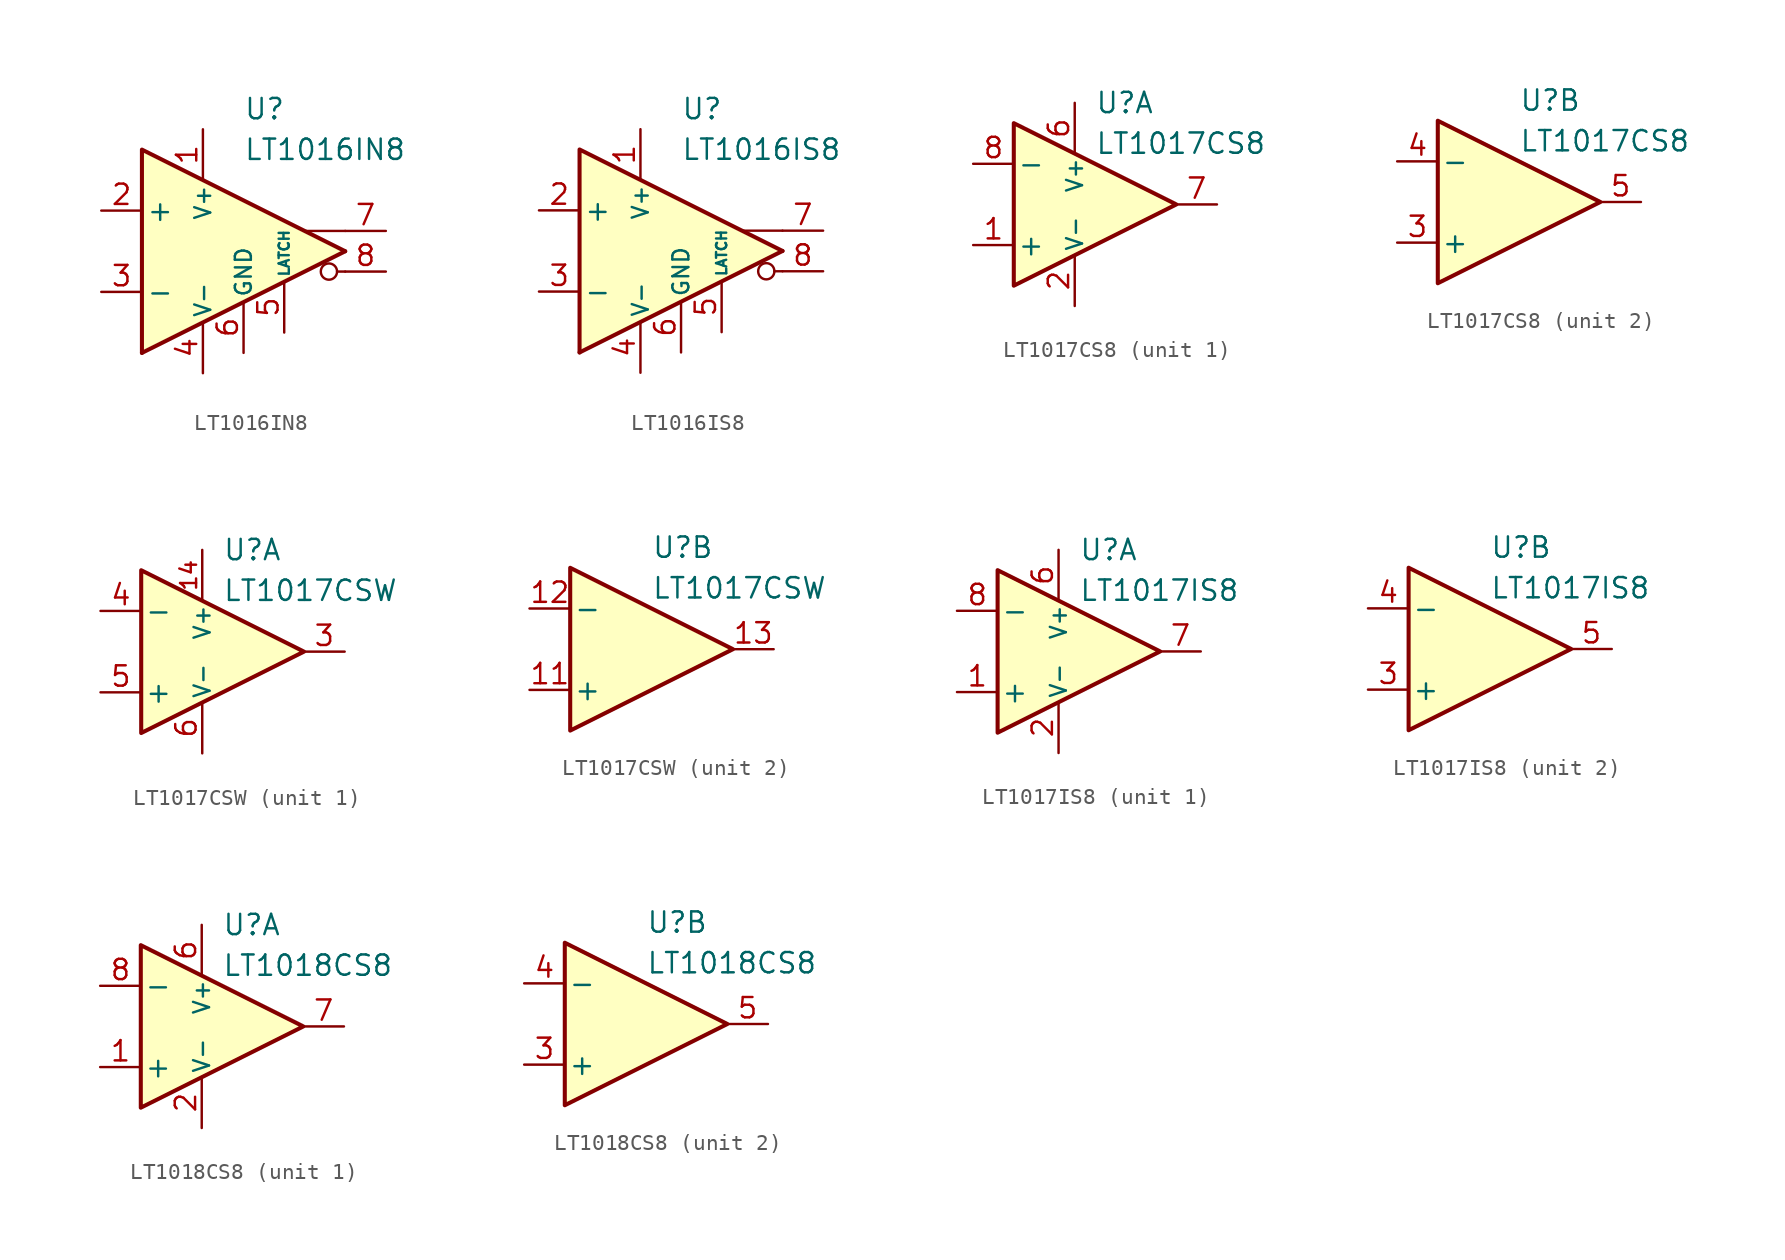
<source format=kicad_sym>
(kicad_symbol_lib
  (version 20211014)
  (generator kicad_symbol_editor)
  (symbol "LT1016IN8"
    (pin_names
      (offset 0.254))
    (property "Reference" "U"
      (at 0 8.89 0)
      (effects (font (size 1.27 1.27)) (justify left)))
    (property "Value" "LT1016IN8"
      (at 0 6.35 0)
      (effects (font (size 1.27 1.27)) (justify left)))
    (symbol "LT1016IN8_0_0"
      (polyline (pts (xy 6.35 -1.27) (xy 5.842 -1.27)) (stroke (width 0.152) (type default) (color 0 0 0 0)) (fill (type none)))
      (polyline (pts (xy 6.35 0) (xy -6.35 -6.35)) (stroke (width 0.254) (type default) (color 0 0 0 0)) (fill (type none)))
      (polyline (pts (xy 6.35 1.27) (xy 3.81 1.27)) (stroke (width 0.152) (type default) (color 0 0 0 0)) (fill (type none)))
      (polyline (pts (xy 6.35 0) (xy -6.35 6.35) (xy -6.35 -6.35)) (stroke (width 0.254) (type default) (color 0 0 0 0)) (fill (type background)))
      (circle (center 5.334 -1.27) (radius 0.508) (stroke (width 0.152) (type default) (color 0 0 0 0)) (fill (type none))))
    (symbol "LT1016IN8_1_1"
      (pin power_in line (at -2.54 7.62 270) (length 3.18) (name "V+" (effects (font (size 1 1)))) (number "1" (effects (font (size 1.27 1.27)))))
      (pin input line (at -8.89 2.54 0) (length 2.54) (name "+" (effects (font (size 1.27 1.27)))) (number "2" (effects (font (size 1.27 1.27)))))
      (pin input line (at -8.89 -2.54 0) (length 2.54) (name "-" (effects (font (size 1.27 1.27)))) (number "3" (effects (font (size 1.27 1.27)))))
      (pin power_in line (at -2.54 -7.62 90) (length 3.18) (name "V-" (effects (font (size 1 1)))) (number "4" (effects (font (size 1.27 1.27)))))
      (pin input line (at 2.54 -5.08 90) (length 3.18) (name "LATCH" (effects (font (size 0.635 0.635)))) (number "5" (effects (font (size 1.27 1.27)))))
      (pin power_in line (at 0 -6.35 90) (length 3.18) (name "GND" (effects (font (size 1 1)))) (number "6" (effects (font (size 1.27 1.27)))))
      (pin output line (at 8.89 1.27 180) (length 2.54) (name "~" (effects (font (size 1.27 1.27)))) (number "7" (effects (font (size 1.27 1.27)))))
      (pin output line (at 8.89 -1.27 180) (length 2.54) (name "~" (effects (font (size 1.27 1.27)))) (number "8" (effects (font (size 1.27 1.27)))))))
  (symbol "LT1016IS8"
    (pin_names
      (offset 0.254))
    (property "Reference" "U"
      (at 0 8.89 0)
      (effects (font (size 1.27 1.27)) (justify left)))
    (property "Value" "LT1016IS8"
      (at 0 6.35 0)
      (effects (font (size 1.27 1.27)) (justify left)))
    (symbol "LT1016IS8_0_0"
      (polyline (pts (xy 6.35 -1.27) (xy 5.842 -1.27)) (stroke (width 0.152) (type default) (color 0 0 0 0)) (fill (type none)))
      (polyline (pts (xy 6.35 0) (xy -6.35 -6.35)) (stroke (width 0.254) (type default) (color 0 0 0 0)) (fill (type none)))
      (polyline (pts (xy 6.35 1.27) (xy 3.81 1.27)) (stroke (width 0.152) (type default) (color 0 0 0 0)) (fill (type none)))
      (polyline (pts (xy 6.35 0) (xy -6.35 6.35) (xy -6.35 -6.35)) (stroke (width 0.254) (type default) (color 0 0 0 0)) (fill (type background)))
      (circle (center 5.334 -1.27) (radius 0.508) (stroke (width 0.152) (type default) (color 0 0 0 0)) (fill (type none))))
    (symbol "LT1016IS8_1_1"
      (pin power_in line (at -2.54 7.62 270) (length 3.18) (name "V+" (effects (font (size 1 1)))) (number "1" (effects (font (size 1.27 1.27)))))
      (pin input line (at -8.89 2.54 0) (length 2.54) (name "+" (effects (font (size 1.27 1.27)))) (number "2" (effects (font (size 1.27 1.27)))))
      (pin input line (at -8.89 -2.54 0) (length 2.54) (name "-" (effects (font (size 1.27 1.27)))) (number "3" (effects (font (size 1.27 1.27)))))
      (pin power_in line (at -2.54 -7.62 90) (length 3.18) (name "V-" (effects (font (size 1 1)))) (number "4" (effects (font (size 1.27 1.27)))))
      (pin input line (at 2.54 -5.08 90) (length 3.18) (name "LATCH" (effects (font (size 0.635 0.635)))) (number "5" (effects (font (size 1.27 1.27)))))
      (pin power_in line (at 0 -6.35 90) (length 3.18) (name "GND" (effects (font (size 1 1)))) (number "6" (effects (font (size 1.27 1.27)))))
      (pin output line (at 8.89 1.27 180) (length 2.54) (name "~" (effects (font (size 1.27 1.27)))) (number "7" (effects (font (size 1.27 1.27)))))
      (pin output line (at 8.89 -1.27 180) (length 2.54) (name "~" (effects (font (size 1.27 1.27)))) (number "8" (effects (font (size 1.27 1.27)))))))
  (symbol "LT1017CS8"
    (pin_names
      (offset 0.2))
    (property "Reference" "U"
      (at 1.27 6.35 0)
      (effects (font (size 1.27 1.27)) (justify left)))
    (property "Value" "LT1017CS8"
      (at 1.27 3.81 0)
      (effects (font (size 1.27 1.27)) (justify left)))
    (property "ki_locked" ""
      (at 0 0 0)
      (effects (font (size 1.27 1.27))))
    (symbol "LT1017CS8_0_1"
      (polyline (pts (xy -3.81 5.08) (xy -3.81 -5.08) (xy 6.35 0) (xy -3.81 5.08)) (stroke (width 0.254) (type default) (color 0 0 0 0)) (fill (type background))))
    (symbol "LT1017CS8_1_1"
      (pin input line (at -6.35 -2.54 0) (length 2.54) (name "+" (effects (font (size 1.27 1.27)))) (number "1" (effects (font (size 1.27 1.27)))))
      (pin power_in line (at 0 -6.35 90) (length 3.18) (name "V-" (effects (font (size 1 1)))) (number "2" (effects (font (size 1.27 1.27)))))
      (pin power_in line (at 0 6.35 270) (length 3.18) (name "V+" (effects (font (size 1 1)))) (number "6" (effects (font (size 1.27 1.27)))))
      (pin output line (at 8.89 0 180) (length 2.54) (name "~" (effects (font (size 1.27 1.27)))) (number "7" (effects (font (size 1.27 1.27)))))
      (pin input line (at -6.35 2.54 0) (length 2.54) (name "-" (effects (font (size 1.27 1.27)))) (number "8" (effects (font (size 1.27 1.27))))))
    (symbol "LT1017CS8_2_1"
      (pin input line (at -6.35 -2.54 0) (length 2.54) (name "+" (effects (font (size 1.27 1.27)))) (number "3" (effects (font (size 1.27 1.27)))))
      (pin input line (at -6.35 2.54 0) (length 2.54) (name "-" (effects (font (size 1.27 1.27)))) (number "4" (effects (font (size 1.27 1.27)))))
      (pin output line (at 8.89 0 180) (length 2.54) (name "~" (effects (font (size 1.27 1.27)))) (number "5" (effects (font (size 1.27 1.27)))))))
  (symbol "LT1017CSW"
    (pin_names
      (offset 0.2))
    (property "Reference" "U"
      (at 1.27 6.35 0)
      (effects (font (size 1.27 1.27)) (justify left)))
    (property "Value" "LT1017CSW"
      (at 1.27 3.81 0)
      (effects (font (size 1.27 1.27)) (justify left)))
    (property "ki_locked" ""
      (at 0 0 0)
      (effects (font (size 1.27 1.27))))
    (symbol "LT1017CSW_0_1"
      (polyline (pts (xy -3.81 5.08) (xy -3.81 -5.08) (xy 6.35 0) (xy -3.81 5.08)) (stroke (width 0.254) (type default) (color 0 0 0 0)) (fill (type background))))
    (symbol "LT1017CSW_1_1"
      (pin no_connect line (at -1.27 2.54 270) (length 2.54) hide (name "NC" (effects (font (size 1.27 1.27)))) (number "1" (effects (font (size 1.27 1.27)))))
      (pin power_in line (at 0 6.35 270) (length 3.18) (name "V+" (effects (font (size 1 1)))) (number "14" (effects (font (size 1 1)))))
      (pin no_connect line (at -1.27 -2.54 90) (length 2.54) hide (name "NC" (effects (font (size 1.27 1.27)))) (number "2" (effects (font (size 1.27 1.27)))))
      (pin output line (at 8.89 0 180) (length 2.54) (name "~" (effects (font (size 1.27 1.27)))) (number "3" (effects (font (size 1.27 1.27)))))
      (pin input line (at -6.35 2.54 0) (length 2.54) (name "-" (effects (font (size 1.27 1.27)))) (number "4" (effects (font (size 1.27 1.27)))))
      (pin input line (at -6.35 -2.54 0) (length 2.54) (name "+" (effects (font (size 1.27 1.27)))) (number "5" (effects (font (size 1.27 1.27)))))
      (pin power_in line (at 0 -6.35 90) (length 3.18) (name "V-" (effects (font (size 1 1)))) (number "6" (effects (font (size 1.27 1.27)))))
      (pin no_connect line (at 1.27 2.54 270) (length 2.54) hide (name "NC" (effects (font (size 1.27 1.27)))) (number "7" (effects (font (size 1.27 1.27)))))
      (pin no_connect line (at 1.27 -2.54 90) (length 2.54) hide (name "NC" (effects (font (size 1.27 1.27)))) (number "8" (effects (font (size 1.27 1.27))))))
    (symbol "LT1017CSW_2_1"
      (pin no_connect line (at -1.27 -2.54 90) (length 2.54) hide (name "NC" (effects (font (size 1.27 1.27)))) (number "10" (effects (font (size 1.27 1.27)))))
      (pin input line (at -6.35 -2.54 0) (length 2.54) (name "+" (effects (font (size 1.27 1.27)))) (number "11" (effects (font (size 1.27 1.27)))))
      (pin input line (at -6.35 2.54 0) (length 2.54) (name "-" (effects (font (size 1.27 1.27)))) (number "12" (effects (font (size 1.27 1.27)))))
      (pin output line (at 8.89 0 180) (length 2.54) (name "~" (effects (font (size 1.27 1.27)))) (number "13" (effects (font (size 1.27 1.27)))))
      (pin no_connect line (at 1.27 2.54 270) (length 2.54) hide (name "NC" (effects (font (size 1.27 1.27)))) (number "15" (effects (font (size 1.27 1.27)))))
      (pin no_connect line (at 1.27 -2.54 90) (length 2.54) hide (name "NC" (effects (font (size 1.27 1.27)))) (number "16" (effects (font (size 1.27 1.27)))))
      (pin no_connect line (at -1.27 2.54 270) (length 2.54) hide (name "NC" (effects (font (size 1.27 1.27)))) (number "9" (effects (font (size 1.27 1.27)))))))
  (symbol "LT1017IS8"
    (pin_names
      (offset 0.2))
    (property "Reference" "U"
      (at 1.27 6.35 0)
      (effects (font (size 1.27 1.27)) (justify left)))
    (property "Value" "LT1017IS8"
      (at 1.27 3.81 0)
      (effects (font (size 1.27 1.27)) (justify left)))
    (property "ki_locked" ""
      (at 0 0 0)
      (effects (font (size 1.27 1.27))))
    (symbol "LT1017IS8_0_1"
      (polyline (pts (xy -3.81 5.08) (xy -3.81 -5.08) (xy 6.35 0) (xy -3.81 5.08)) (stroke (width 0.254) (type default) (color 0 0 0 0)) (fill (type background))))
    (symbol "LT1017IS8_1_1"
      (pin input line (at -6.35 -2.54 0) (length 2.54) (name "+" (effects (font (size 1.27 1.27)))) (number "1" (effects (font (size 1.27 1.27)))))
      (pin power_in line (at 0 -6.35 90) (length 3.18) (name "V-" (effects (font (size 1 1)))) (number "2" (effects (font (size 1.27 1.27)))))
      (pin power_in line (at 0 6.35 270) (length 3.18) (name "V+" (effects (font (size 1 1)))) (number "6" (effects (font (size 1.27 1.27)))))
      (pin output line (at 8.89 0 180) (length 2.54) (name "~" (effects (font (size 1.27 1.27)))) (number "7" (effects (font (size 1.27 1.27)))))
      (pin input line (at -6.35 2.54 0) (length 2.54) (name "-" (effects (font (size 1.27 1.27)))) (number "8" (effects (font (size 1.27 1.27))))))
    (symbol "LT1017IS8_2_1"
      (pin input line (at -6.35 -2.54 0) (length 2.54) (name "+" (effects (font (size 1.27 1.27)))) (number "3" (effects (font (size 1.27 1.27)))))
      (pin input line (at -6.35 2.54 0) (length 2.54) (name "-" (effects (font (size 1.27 1.27)))) (number "4" (effects (font (size 1.27 1.27)))))
      (pin output line (at 8.89 0 180) (length 2.54) (name "~" (effects (font (size 1.27 1.27)))) (number "5" (effects (font (size 1.27 1.27)))))))
  (symbol "LT1018CS8"
    (pin_names
      (offset 0.2))
    (property "Reference" "U"
      (at 1.27 6.35 0)
      (effects (font (size 1.27 1.27)) (justify left)))
    (property "Value" "LT1018CS8"
      (at 1.27 3.81 0)
      (effects (font (size 1.27 1.27)) (justify left)))
    (property "ki_locked" ""
      (at 0 0 0)
      (effects (font (size 1.27 1.27))))
    (symbol "LT1018CS8_0_1"
      (polyline (pts (xy -3.81 5.08) (xy -3.81 -5.08) (xy 6.35 0) (xy -3.81 5.08)) (stroke (width 0.254) (type default) (color 0 0 0 0)) (fill (type background))))
    (symbol "LT1018CS8_1_1"
      (pin input line (at -6.35 -2.54 0) (length 2.54) (name "+" (effects (font (size 1.27 1.27)))) (number "1" (effects (font (size 1.27 1.27)))))
      (pin power_in line (at 0 -6.35 90) (length 3.18) (name "V-" (effects (font (size 1 1)))) (number "2" (effects (font (size 1.27 1.27)))))
      (pin power_in line (at 0 6.35 270) (length 3.18) (name "V+" (effects (font (size 1 1)))) (number "6" (effects (font (size 1.27 1.27)))))
      (pin output line (at 8.89 0 180) (length 2.54) (name "~" (effects (font (size 1.27 1.27)))) (number "7" (effects (font (size 1.27 1.27)))))
      (pin input line (at -6.35 2.54 0) (length 2.54) (name "-" (effects (font (size 1.27 1.27)))) (number "8" (effects (font (size 1.27 1.27))))))
    (symbol "LT1018CS8_2_1"
      (pin input line (at -6.35 -2.54 0) (length 2.54) (name "+" (effects (font (size 1.27 1.27)))) (number "3" (effects (font (size 1.27 1.27)))))
      (pin input line (at -6.35 2.54 0) (length 2.54) (name "-" (effects (font (size 1.27 1.27)))) (number "4" (effects (font (size 1.27 1.27)))))
      (pin output line (at 8.89 0 180) (length 2.54) (name "~" (effects (font (size 1.27 1.27)))) (number "5" (effects (font (size 1.27 1.27))))))))
</source>
